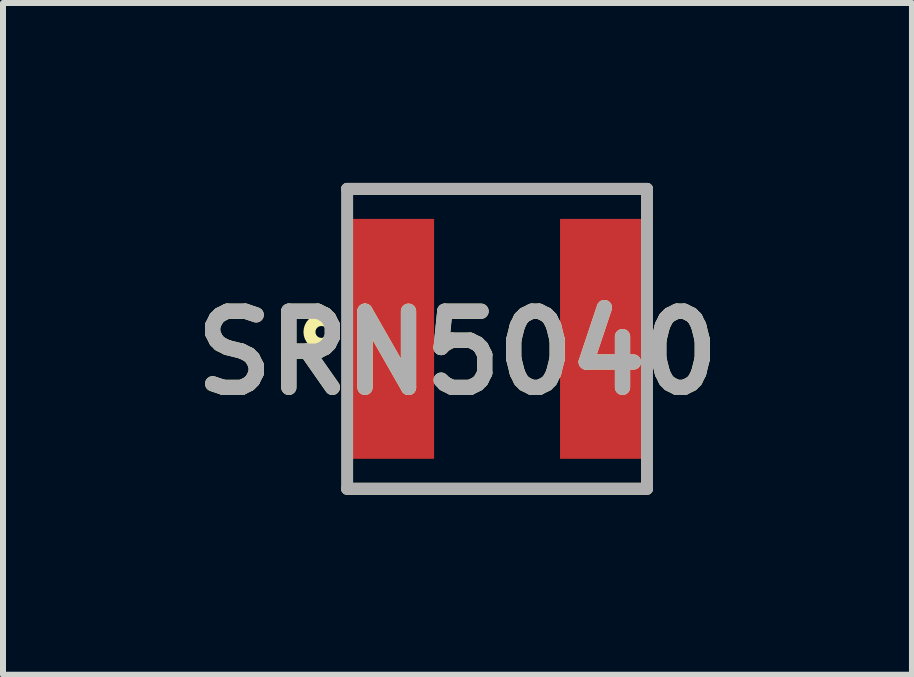
<source format=kicad_pcb>
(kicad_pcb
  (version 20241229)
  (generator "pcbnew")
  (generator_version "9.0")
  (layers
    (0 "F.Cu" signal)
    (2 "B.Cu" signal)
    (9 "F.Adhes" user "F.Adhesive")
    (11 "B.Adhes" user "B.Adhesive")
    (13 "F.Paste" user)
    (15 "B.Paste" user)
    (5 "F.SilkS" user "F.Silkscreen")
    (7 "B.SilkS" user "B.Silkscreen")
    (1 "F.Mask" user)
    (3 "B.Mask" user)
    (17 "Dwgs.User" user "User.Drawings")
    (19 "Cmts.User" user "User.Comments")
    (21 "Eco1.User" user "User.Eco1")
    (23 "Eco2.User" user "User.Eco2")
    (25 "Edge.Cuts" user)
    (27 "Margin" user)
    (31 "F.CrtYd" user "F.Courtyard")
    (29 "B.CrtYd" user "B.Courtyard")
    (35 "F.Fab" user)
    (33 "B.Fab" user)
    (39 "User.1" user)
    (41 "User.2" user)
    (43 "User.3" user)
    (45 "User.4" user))
  (footprint "SRN5040"
    (layer "F.Cu")
    (at 5.238 2.6)
    (property "Reference" "SRN5040" (at -0.66 0.235 0) (layer "F.SilkS") (effects (font (size 1.27 1.27) (thickness 0.254))))
    (attr smd)
    (fp_line (start -2.5 -2.5) (end 2.5 -2.5) (stroke (width 0.2) (type solid)) (layer "F.SilkS"))
    (fp_line (start 2.5 2.5) (end -2.5 2.5) (stroke (width 0.2) (type solid)) (layer "F.SilkS"))
    (fp_circle (center -2.929 -0.115) (end -2.929 -0.016) (stroke (width 0.2) (type solid)) (fill no) (layer "F.SilkS"))
    (fp_line (start -2.5 -2.5) (end 2.5 -2.5) (stroke (width 0.2) (type solid)) (layer "F.Fab"))
    (fp_line (start -2.5 2.5) (end -2.5 -2.5) (stroke (width 0.2) (type solid)) (layer "F.Fab"))
    (fp_line (start 2.5 -2.5) (end 2.5 2.5) (stroke (width 0.2) (type solid)) (layer "F.Fab"))
    (fp_line (start 2.5 2.5) (end -2.5 2.5) (stroke (width 0.2) (type solid)) (layer "F.Fab"))
    (fp_text user "${REFERENCE}" (at -0.66 0.235 0) (layer "F.Fab") (effects (font (size 1.27 1.27) (thickness 0.254))))
    (pad "1" smd rect (at -1.8 0) (size 1.5 4) (layers "F.Cu" "F.Mask" "F.Paste"))
    (pad "2" smd rect (at 1.8 0) (size 1.5 4) (layers "F.Cu" "F.Mask" "F.Paste")))
  (gr_rect
    (start -3 -3)
    (end 12.156 8.2)
    (stroke (width 0.1) (type default))
    (fill no)
    (layer "Edge.Cuts")))
</source>
